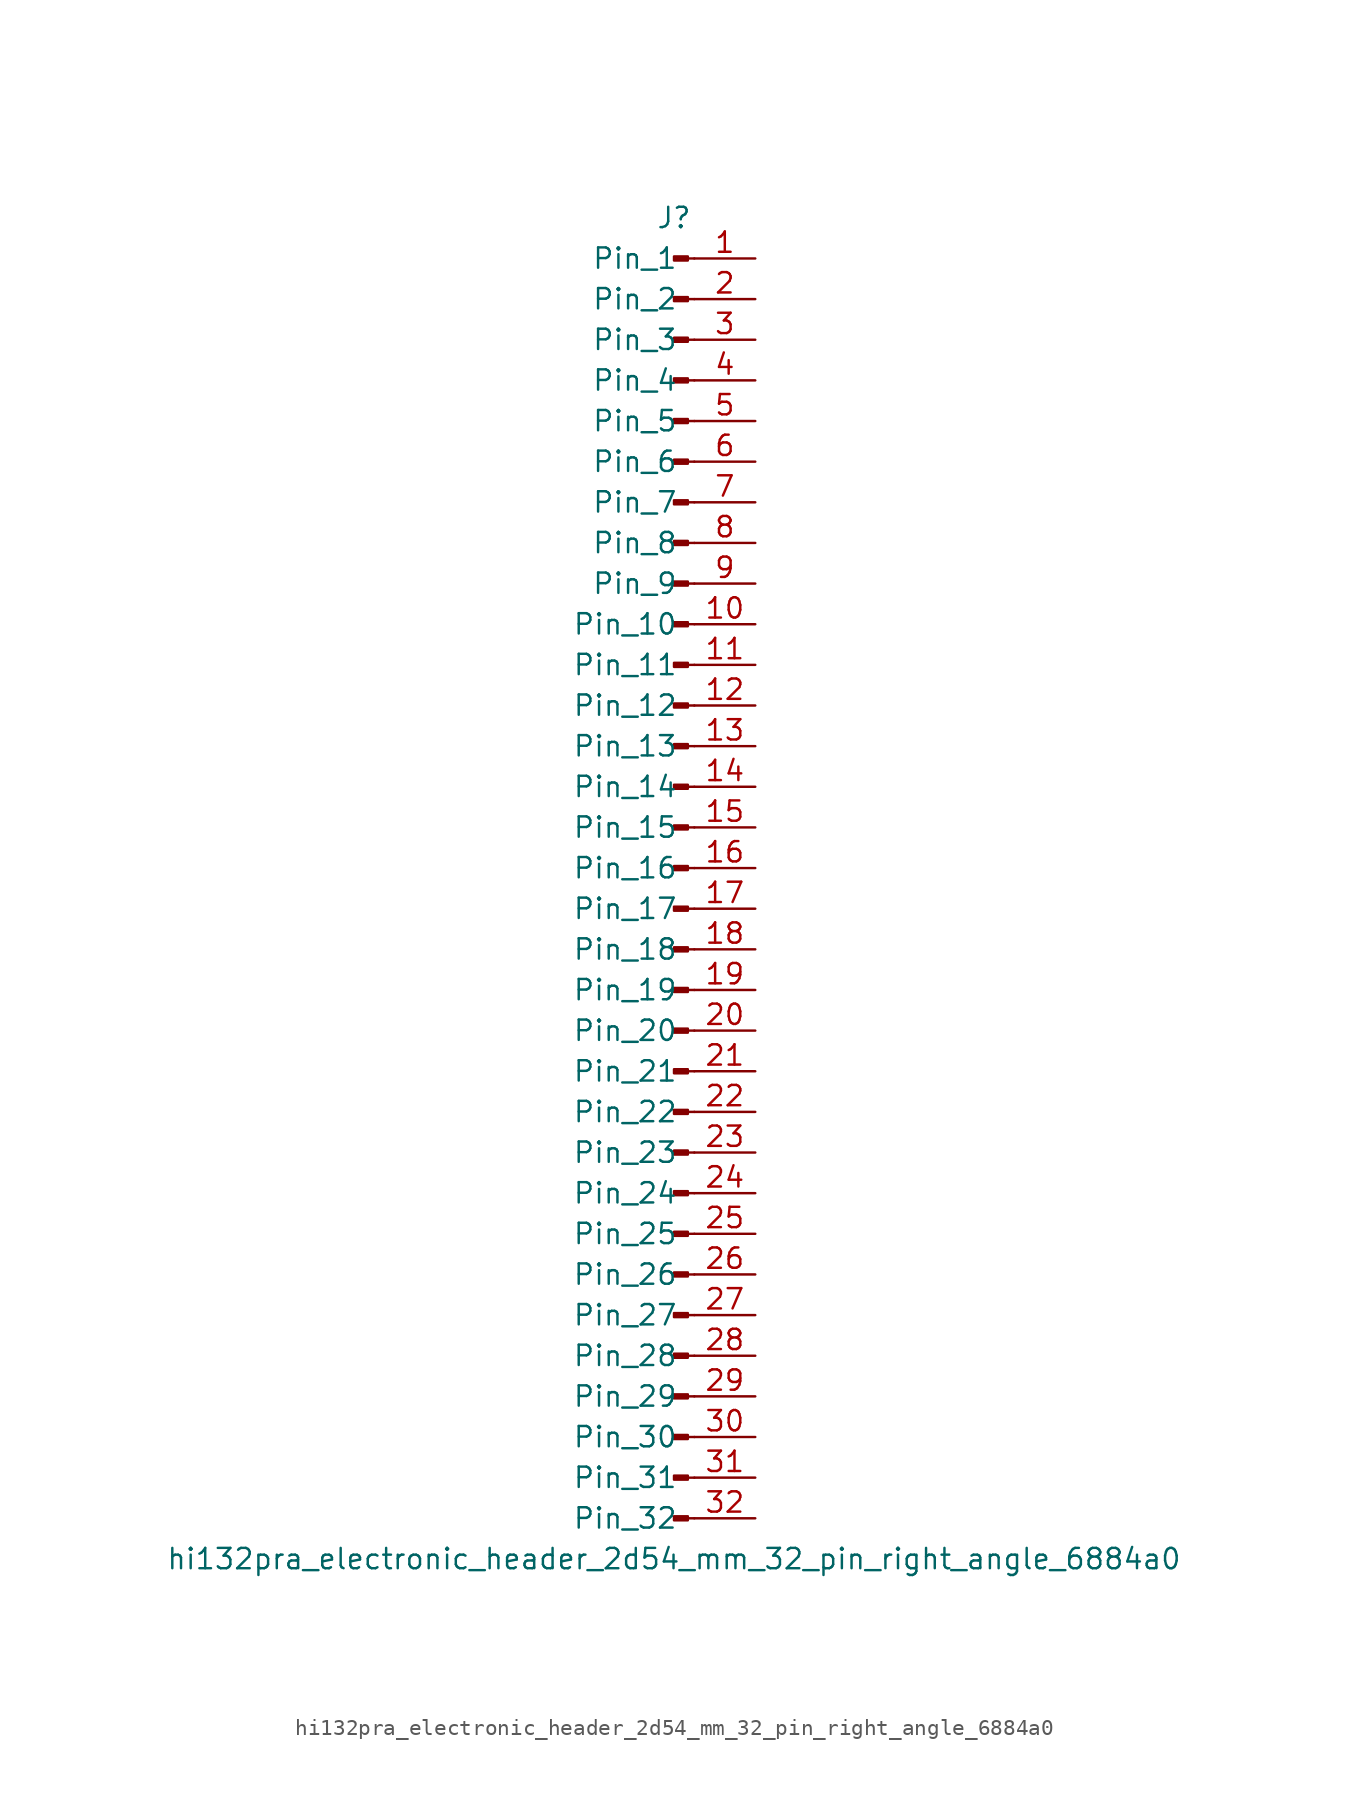
<source format=kicad_sym>
(kicad_symbol_lib
  (version 20220914)
  (generator kicad_symbol_editor)
  (symbol "hi132pra_electronic_header_2d54_mm_32_pin_right_angle_6884a0"
    (pin_names
      (offset 1.016))
    (property "Reference" "J"
      (at 0 40.64 0)
      (effects (font (size 1.27 1.27))))
    (property "Value" "hi132pra_electronic_header_2d54_mm_32_pin_right_angle_6884a0"
      (at 0 -43.18 0)
      (effects (font (size 1.27 1.27))))
    (property "ki_locked" ""
      (at 0 0 0)
      (effects (font (size 1.27 1.27))))
    (symbol "hi132pra_electronic_header_2d54_mm_32_pin_right_angle_6884a0_1_1"
      (polyline (pts (xy 1.27 -40.64) (xy 0.864 -40.64)) (stroke (width 0.152) (type default)) (fill (type none)))
      (polyline (pts (xy 1.27 -38.1) (xy 0.864 -38.1)) (stroke (width 0.152) (type default)) (fill (type none)))
      (polyline (pts (xy 1.27 -35.56) (xy 0.864 -35.56)) (stroke (width 0.152) (type default)) (fill (type none)))
      (polyline (pts (xy 1.27 -33.02) (xy 0.864 -33.02)) (stroke (width 0.152) (type default)) (fill (type none)))
      (polyline (pts (xy 1.27 -30.48) (xy 0.864 -30.48)) (stroke (width 0.152) (type default)) (fill (type none)))
      (polyline (pts (xy 1.27 -27.94) (xy 0.864 -27.94)) (stroke (width 0.152) (type default)) (fill (type none)))
      (polyline (pts (xy 1.27 -25.4) (xy 0.864 -25.4)) (stroke (width 0.152) (type default)) (fill (type none)))
      (polyline (pts (xy 1.27 -22.86) (xy 0.864 -22.86)) (stroke (width 0.152) (type default)) (fill (type none)))
      (polyline (pts (xy 1.27 -20.32) (xy 0.864 -20.32)) (stroke (width 0.152) (type default)) (fill (type none)))
      (polyline (pts (xy 1.27 -17.78) (xy 0.864 -17.78)) (stroke (width 0.152) (type default)) (fill (type none)))
      (polyline (pts (xy 1.27 -15.24) (xy 0.864 -15.24)) (stroke (width 0.152) (type default)) (fill (type none)))
      (polyline (pts (xy 1.27 -12.7) (xy 0.864 -12.7)) (stroke (width 0.152) (type default)) (fill (type none)))
      (polyline (pts (xy 1.27 -10.16) (xy 0.864 -10.16)) (stroke (width 0.152) (type default)) (fill (type none)))
      (polyline (pts (xy 1.27 -7.62) (xy 0.864 -7.62)) (stroke (width 0.152) (type default)) (fill (type none)))
      (polyline (pts (xy 1.27 -5.08) (xy 0.864 -5.08)) (stroke (width 0.152) (type default)) (fill (type none)))
      (polyline (pts (xy 1.27 -2.54) (xy 0.864 -2.54)) (stroke (width 0.152) (type default)) (fill (type none)))
      (polyline (pts (xy 1.27 0) (xy 0.864 0)) (stroke (width 0.152) (type default)) (fill (type none)))
      (polyline (pts (xy 1.27 2.54) (xy 0.864 2.54)) (stroke (width 0.152) (type default)) (fill (type none)))
      (polyline (pts (xy 1.27 5.08) (xy 0.864 5.08)) (stroke (width 0.152) (type default)) (fill (type none)))
      (polyline (pts (xy 1.27 7.62) (xy 0.864 7.62)) (stroke (width 0.152) (type default)) (fill (type none)))
      (polyline (pts (xy 1.27 10.16) (xy 0.864 10.16)) (stroke (width 0.152) (type default)) (fill (type none)))
      (polyline (pts (xy 1.27 12.7) (xy 0.864 12.7)) (stroke (width 0.152) (type default)) (fill (type none)))
      (polyline (pts (xy 1.27 15.24) (xy 0.864 15.24)) (stroke (width 0.152) (type default)) (fill (type none)))
      (polyline (pts (xy 1.27 17.78) (xy 0.864 17.78)) (stroke (width 0.152) (type default)) (fill (type none)))
      (polyline (pts (xy 1.27 20.32) (xy 0.864 20.32)) (stroke (width 0.152) (type default)) (fill (type none)))
      (polyline (pts (xy 1.27 22.86) (xy 0.864 22.86)) (stroke (width 0.152) (type default)) (fill (type none)))
      (polyline (pts (xy 1.27 25.4) (xy 0.864 25.4)) (stroke (width 0.152) (type default)) (fill (type none)))
      (polyline (pts (xy 1.27 27.94) (xy 0.864 27.94)) (stroke (width 0.152) (type default)) (fill (type none)))
      (polyline (pts (xy 1.27 30.48) (xy 0.864 30.48)) (stroke (width 0.152) (type default)) (fill (type none)))
      (polyline (pts (xy 1.27 33.02) (xy 0.864 33.02)) (stroke (width 0.152) (type default)) (fill (type none)))
      (polyline (pts (xy 1.27 35.56) (xy 0.864 35.56)) (stroke (width 0.152) (type default)) (fill (type none)))
      (polyline (pts (xy 1.27 38.1) (xy 0.864 38.1)) (stroke (width 0.152) (type default)) (fill (type none)))
      (rectangle (start 0.864 -40.513) (end 0 -40.767) (stroke (width 0.152) (type default)) (fill (type outline)))
      (rectangle (start 0.864 -37.973) (end 0 -38.227) (stroke (width 0.152) (type default)) (fill (type outline)))
      (rectangle (start 0.864 -35.433) (end 0 -35.687) (stroke (width 0.152) (type default)) (fill (type outline)))
      (rectangle (start 0.864 -32.893) (end 0 -33.147) (stroke (width 0.152) (type default)) (fill (type outline)))
      (rectangle (start 0.864 -30.353) (end 0 -30.607) (stroke (width 0.152) (type default)) (fill (type outline)))
      (rectangle (start 0.864 -27.813) (end 0 -28.067) (stroke (width 0.152) (type default)) (fill (type outline)))
      (rectangle (start 0.864 -25.273) (end 0 -25.527) (stroke (width 0.152) (type default)) (fill (type outline)))
      (rectangle (start 0.864 -22.733) (end 0 -22.987) (stroke (width 0.152) (type default)) (fill (type outline)))
      (rectangle (start 0.864 -20.193) (end 0 -20.447) (stroke (width 0.152) (type default)) (fill (type outline)))
      (rectangle (start 0.864 -17.653) (end 0 -17.907) (stroke (width 0.152) (type default)) (fill (type outline)))
      (rectangle (start 0.864 -15.113) (end 0 -15.367) (stroke (width 0.152) (type default)) (fill (type outline)))
      (rectangle (start 0.864 -12.573) (end 0 -12.827) (stroke (width 0.152) (type default)) (fill (type outline)))
      (rectangle (start 0.864 -10.033) (end 0 -10.287) (stroke (width 0.152) (type default)) (fill (type outline)))
      (rectangle (start 0.864 -7.493) (end 0 -7.747) (stroke (width 0.152) (type default)) (fill (type outline)))
      (rectangle (start 0.864 -4.953) (end 0 -5.207) (stroke (width 0.152) (type default)) (fill (type outline)))
      (rectangle (start 0.864 -2.413) (end 0 -2.667) (stroke (width 0.152) (type default)) (fill (type outline)))
      (rectangle (start 0.864 0.127) (end 0 -0.127) (stroke (width 0.152) (type default)) (fill (type outline)))
      (rectangle (start 0.864 2.667) (end 0 2.413) (stroke (width 0.152) (type default)) (fill (type outline)))
      (rectangle (start 0.864 5.207) (end 0 4.953) (stroke (width 0.152) (type default)) (fill (type outline)))
      (rectangle (start 0.864 7.747) (end 0 7.493) (stroke (width 0.152) (type default)) (fill (type outline)))
      (rectangle (start 0.864 10.287) (end 0 10.033) (stroke (width 0.152) (type default)) (fill (type outline)))
      (rectangle (start 0.864 12.827) (end 0 12.573) (stroke (width 0.152) (type default)) (fill (type outline)))
      (rectangle (start 0.864 15.367) (end 0 15.113) (stroke (width 0.152) (type default)) (fill (type outline)))
      (rectangle (start 0.864 17.907) (end 0 17.653) (stroke (width 0.152) (type default)) (fill (type outline)))
      (rectangle (start 0.864 20.447) (end 0 20.193) (stroke (width 0.152) (type default)) (fill (type outline)))
      (rectangle (start 0.864 22.987) (end 0 22.733) (stroke (width 0.152) (type default)) (fill (type outline)))
      (rectangle (start 0.864 25.527) (end 0 25.273) (stroke (width 0.152) (type default)) (fill (type outline)))
      (rectangle (start 0.864 28.067) (end 0 27.813) (stroke (width 0.152) (type default)) (fill (type outline)))
      (rectangle (start 0.864 30.607) (end 0 30.353) (stroke (width 0.152) (type default)) (fill (type outline)))
      (rectangle (start 0.864 33.147) (end 0 32.893) (stroke (width 0.152) (type default)) (fill (type outline)))
      (rectangle (start 0.864 35.687) (end 0 35.433) (stroke (width 0.152) (type default)) (fill (type outline)))
      (rectangle (start 0.864 38.227) (end 0 37.973) (stroke (width 0.152) (type default)) (fill (type outline)))
      (pin passive line (at 5.08 38.1 180) (length 3.81) (name "Pin_1" (effects (font (size 1.27 1.27)))) (number "1" (effects (font (size 1.27 1.27)))))
      (pin passive line (at 5.08 15.24 180) (length 3.81) (name "Pin_10" (effects (font (size 1.27 1.27)))) (number "10" (effects (font (size 1.27 1.27)))))
      (pin passive line (at 5.08 12.7 180) (length 3.81) (name "Pin_11" (effects (font (size 1.27 1.27)))) (number "11" (effects (font (size 1.27 1.27)))))
      (pin passive line (at 5.08 10.16 180) (length 3.81) (name "Pin_12" (effects (font (size 1.27 1.27)))) (number "12" (effects (font (size 1.27 1.27)))))
      (pin passive line (at 5.08 7.62 180) (length 3.81) (name "Pin_13" (effects (font (size 1.27 1.27)))) (number "13" (effects (font (size 1.27 1.27)))))
      (pin passive line (at 5.08 5.08 180) (length 3.81) (name "Pin_14" (effects (font (size 1.27 1.27)))) (number "14" (effects (font (size 1.27 1.27)))))
      (pin passive line (at 5.08 2.54 180) (length 3.81) (name "Pin_15" (effects (font (size 1.27 1.27)))) (number "15" (effects (font (size 1.27 1.27)))))
      (pin passive line (at 5.08 0 180) (length 3.81) (name "Pin_16" (effects (font (size 1.27 1.27)))) (number "16" (effects (font (size 1.27 1.27)))))
      (pin passive line (at 5.08 -2.54 180) (length 3.81) (name "Pin_17" (effects (font (size 1.27 1.27)))) (number "17" (effects (font (size 1.27 1.27)))))
      (pin passive line (at 5.08 -5.08 180) (length 3.81) (name "Pin_18" (effects (font (size 1.27 1.27)))) (number "18" (effects (font (size 1.27 1.27)))))
      (pin passive line (at 5.08 -7.62 180) (length 3.81) (name "Pin_19" (effects (font (size 1.27 1.27)))) (number "19" (effects (font (size 1.27 1.27)))))
      (pin passive line (at 5.08 35.56 180) (length 3.81) (name "Pin_2" (effects (font (size 1.27 1.27)))) (number "2" (effects (font (size 1.27 1.27)))))
      (pin passive line (at 5.08 -10.16 180) (length 3.81) (name "Pin_20" (effects (font (size 1.27 1.27)))) (number "20" (effects (font (size 1.27 1.27)))))
      (pin passive line (at 5.08 -12.7 180) (length 3.81) (name "Pin_21" (effects (font (size 1.27 1.27)))) (number "21" (effects (font (size 1.27 1.27)))))
      (pin passive line (at 5.08 -15.24 180) (length 3.81) (name "Pin_22" (effects (font (size 1.27 1.27)))) (number "22" (effects (font (size 1.27 1.27)))))
      (pin passive line (at 5.08 -17.78 180) (length 3.81) (name "Pin_23" (effects (font (size 1.27 1.27)))) (number "23" (effects (font (size 1.27 1.27)))))
      (pin passive line (at 5.08 -20.32 180) (length 3.81) (name "Pin_24" (effects (font (size 1.27 1.27)))) (number "24" (effects (font (size 1.27 1.27)))))
      (pin passive line (at 5.08 -22.86 180) (length 3.81) (name "Pin_25" (effects (font (size 1.27 1.27)))) (number "25" (effects (font (size 1.27 1.27)))))
      (pin passive line (at 5.08 -25.4 180) (length 3.81) (name "Pin_26" (effects (font (size 1.27 1.27)))) (number "26" (effects (font (size 1.27 1.27)))))
      (pin passive line (at 5.08 -27.94 180) (length 3.81) (name "Pin_27" (effects (font (size 1.27 1.27)))) (number "27" (effects (font (size 1.27 1.27)))))
      (pin passive line (at 5.08 -30.48 180) (length 3.81) (name "Pin_28" (effects (font (size 1.27 1.27)))) (number "28" (effects (font (size 1.27 1.27)))))
      (pin passive line (at 5.08 -33.02 180) (length 3.81) (name "Pin_29" (effects (font (size 1.27 1.27)))) (number "29" (effects (font (size 1.27 1.27)))))
      (pin passive line (at 5.08 33.02 180) (length 3.81) (name "Pin_3" (effects (font (size 1.27 1.27)))) (number "3" (effects (font (size 1.27 1.27)))))
      (pin passive line (at 5.08 -35.56 180) (length 3.81) (name "Pin_30" (effects (font (size 1.27 1.27)))) (number "30" (effects (font (size 1.27 1.27)))))
      (pin passive line (at 5.08 -38.1 180) (length 3.81) (name "Pin_31" (effects (font (size 1.27 1.27)))) (number "31" (effects (font (size 1.27 1.27)))))
      (pin passive line (at 5.08 -40.64 180) (length 3.81) (name "Pin_32" (effects (font (size 1.27 1.27)))) (number "32" (effects (font (size 1.27 1.27)))))
      (pin passive line (at 5.08 30.48 180) (length 3.81) (name "Pin_4" (effects (font (size 1.27 1.27)))) (number "4" (effects (font (size 1.27 1.27)))))
      (pin passive line (at 5.08 27.94 180) (length 3.81) (name "Pin_5" (effects (font (size 1.27 1.27)))) (number "5" (effects (font (size 1.27 1.27)))))
      (pin passive line (at 5.08 25.4 180) (length 3.81) (name "Pin_6" (effects (font (size 1.27 1.27)))) (number "6" (effects (font (size 1.27 1.27)))))
      (pin passive line (at 5.08 22.86 180) (length 3.81) (name "Pin_7" (effects (font (size 1.27 1.27)))) (number "7" (effects (font (size 1.27 1.27)))))
      (pin passive line (at 5.08 20.32 180) (length 3.81) (name "Pin_8" (effects (font (size 1.27 1.27)))) (number "8" (effects (font (size 1.27 1.27)))))
      (pin passive line (at 5.08 17.78 180) (length 3.81) (name "Pin_9" (effects (font (size 1.27 1.27)))) (number "9" (effects (font (size 1.27 1.27))))))))
</source>
